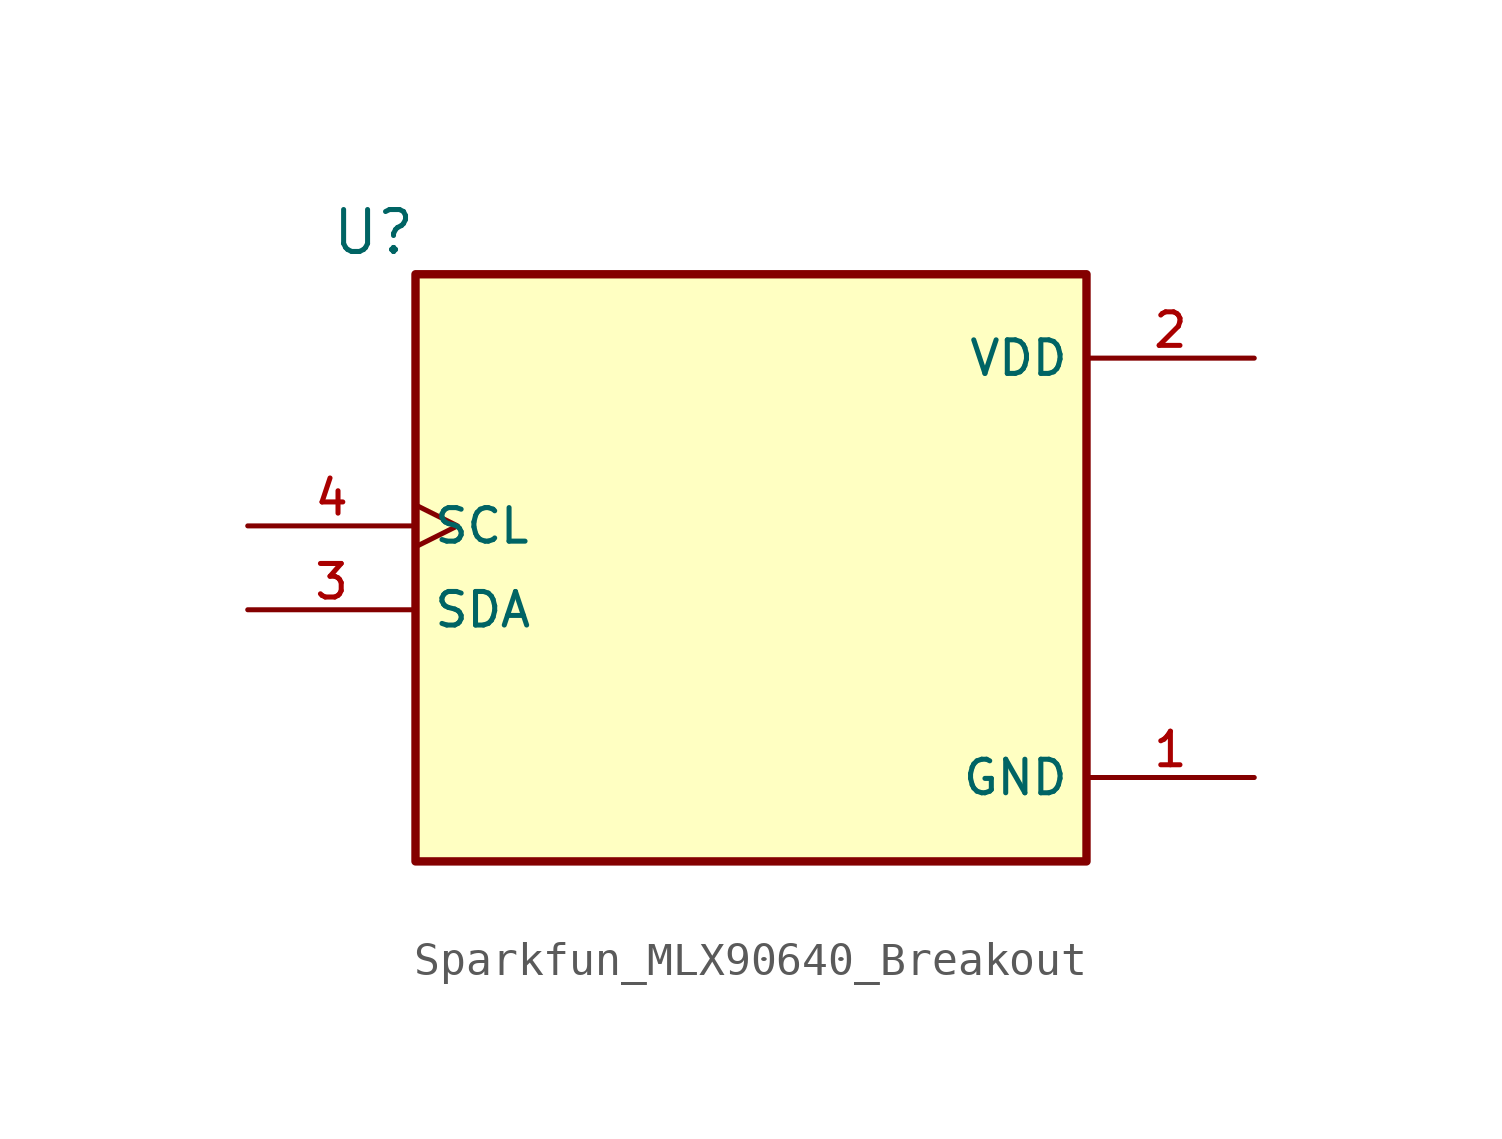
<source format=kicad_sym>
(kicad_symbol_lib
  (version 20220914)
  (generator kicad_symbol_editor)
  (symbol "Sparkfun_MLX90640_Breakout"
    (property "Reference" "U"
      (at 0 0 0)
      (effects (font (size 1.27 1.27))))
    (property "Value" ""
      (at 0 0 0)
      (effects (font (size 1.27 1.27))))
    (symbol "Sparkfun_MLX90640_Breakout_0_0"
      (rectangle (start 1.27 -19.05) (end 21.59 -1.27) (stroke (width 0.254) (type default)) (fill (type background)))
      (pin power_in line (at 26.67 -16.51 180) (length 5.08) (name "GND" (effects (font (size 1.016 1.016)))) (number "1" (effects (font (size 1.016 1.016)))))
      (pin power_in line (at 26.67 -3.81 180) (length 5.08) (name "VDD" (effects (font (size 1.016 1.016)))) (number "2" (effects (font (size 1.016 1.016)))))
      (pin bidirectional line (at -3.81 -11.43 0) (length 5.08) (name "SDA" (effects (font (size 1.016 1.016)))) (number "3" (effects (font (size 1.016 1.016)))))
      (pin input clock (at -3.81 -8.89 0) (length 5.08) (name "SCL" (effects (font (size 1.016 1.016)))) (number "4" (effects (font (size 1.016 1.016))))))))
</source>
